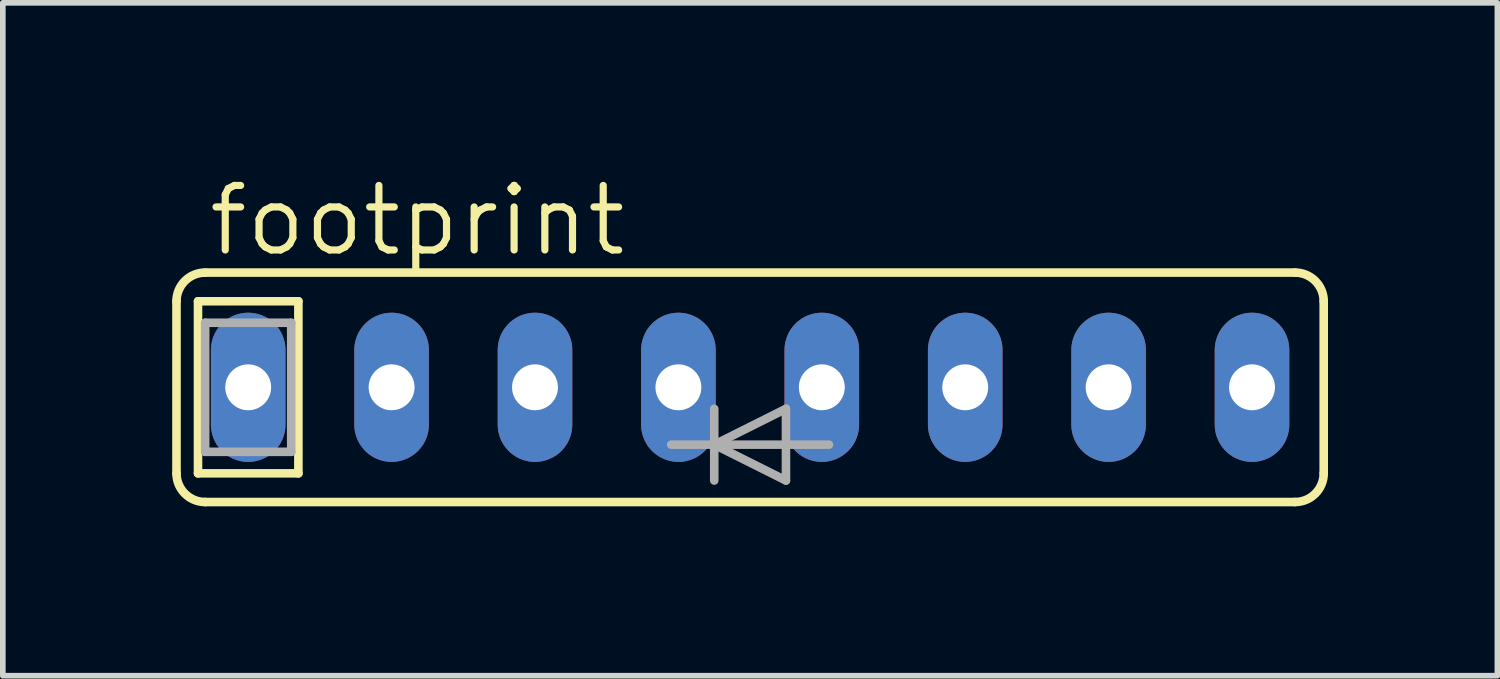
<source format=kicad_pcb>
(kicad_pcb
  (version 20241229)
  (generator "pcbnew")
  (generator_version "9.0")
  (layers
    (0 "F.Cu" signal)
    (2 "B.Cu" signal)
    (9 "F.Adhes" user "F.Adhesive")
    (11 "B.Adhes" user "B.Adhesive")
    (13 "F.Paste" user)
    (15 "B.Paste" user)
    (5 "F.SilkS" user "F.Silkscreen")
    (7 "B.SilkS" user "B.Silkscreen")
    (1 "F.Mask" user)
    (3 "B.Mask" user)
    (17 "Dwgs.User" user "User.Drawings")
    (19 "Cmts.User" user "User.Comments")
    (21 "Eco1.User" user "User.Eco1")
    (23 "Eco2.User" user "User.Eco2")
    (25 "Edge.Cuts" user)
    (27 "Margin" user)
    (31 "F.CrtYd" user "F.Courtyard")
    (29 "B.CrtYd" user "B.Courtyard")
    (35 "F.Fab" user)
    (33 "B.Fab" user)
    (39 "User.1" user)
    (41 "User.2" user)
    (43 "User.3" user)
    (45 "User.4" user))
  (footprint "footprint"
    (layer "F.Cu")
    (at 10.236 3.81)
    (property "Reference" "footprint" (at -9.652 -2.286 0) (layer "F.SilkS") (effects (font (size 1.143 1.143) (thickness 0.127)) (justify left bottom)))
    (fp_line (start -10.16 -1.524) (end -10.16 1.524) (stroke (width 0.152) (type solid)) (layer "F.SilkS"))
    (fp_line (start -9.779 -1.524) (end -8.001 -1.524) (stroke (width 0.152) (type solid)) (layer "F.SilkS"))
    (fp_line (start -9.779 1.524) (end -9.779 -1.524) (stroke (width 0.152) (type solid)) (layer "F.SilkS"))
    (fp_line (start -9.652 2.032) (end 9.652 2.032) (stroke (width 0.152) (type solid)) (layer "F.SilkS"))
    (fp_line (start -8.001 -1.524) (end -8.001 1.524) (stroke (width 0.152) (type solid)) (layer "F.SilkS"))
    (fp_line (start -8.001 1.524) (end -9.779 1.524) (stroke (width 0.152) (type solid)) (layer "F.SilkS"))
    (fp_line (start 9.652 -2.032) (end -9.652 -2.032) (stroke (width 0.152) (type solid)) (layer "F.SilkS"))
    (fp_line (start 10.16 -1.524) (end 10.16 1.524) (stroke (width 0.152) (type solid)) (layer "F.SilkS"))
    (fp_arc (start -10.16 -1.524) (mid -10.01121 -1.88321) (end -9.652 -2.032) (stroke (width 0.1524) (type solid)) (layer "F.SilkS"))
    (fp_arc (start -9.652 2.032) (mid -10.01121 1.88321) (end -10.16 1.524) (stroke (width 0.1524) (type solid)) (layer "F.SilkS"))
    (fp_arc (start 9.652 -2.032) (mid 10.01121 -1.88321) (end 10.16 -1.524) (stroke (width 0.1524) (type solid)) (layer "F.SilkS"))
    (fp_arc (start 10.16 1.524) (mid 10.01121 1.88321) (end 9.652 2.032) (stroke (width 0.1524) (type solid)) (layer "F.SilkS"))
    (fp_line (start -9.652 -1.143) (end -8.128 -1.143) (stroke (width 0.152) (type solid)) (layer "F.Fab"))
    (fp_line (start -9.652 1.143) (end -9.652 -1.143) (stroke (width 0.152) (type solid)) (layer "F.Fab"))
    (fp_line (start -8.128 -1.143) (end -8.128 1.143) (stroke (width 0.152) (type solid)) (layer "F.Fab"))
    (fp_line (start -8.128 1.143) (end -9.652 1.143) (stroke (width 0.152) (type solid)) (layer "F.Fab"))
    (fp_line (start -1.397 1.016) (end -0.635 1.016) (stroke (width 0.152) (type solid)) (layer "F.Fab"))
    (fp_line (start -0.635 1.016) (end -0.635 0.381) (stroke (width 0.152) (type solid)) (layer "F.Fab"))
    (fp_line (start -0.635 1.016) (end 0.635 0.381) (stroke (width 0.152) (type solid)) (layer "F.Fab"))
    (fp_line (start -0.635 1.651) (end -0.635 1.016) (stroke (width 0.152) (type solid)) (layer "F.Fab"))
    (fp_line (start 0.635 0.381) (end 0.635 1.016) (stroke (width 0.152) (type solid)) (layer "F.Fab"))
    (fp_line (start 0.635 1.016) (end -0.635 1.016) (stroke (width 0.152) (type solid)) (layer "F.Fab"))
    (fp_line (start 0.635 1.016) (end 0.635 1.651) (stroke (width 0.152) (type solid)) (layer "F.Fab"))
    (fp_line (start 0.635 1.651) (end -0.635 1.016) (stroke (width 0.152) (type solid)) (layer "F.Fab"))
    (fp_line (start 1.397 1.016) (end 0.635 1.016) (stroke (width 0.152) (type solid)) (layer "F.Fab"))
    (pad "1" thru_hole oval (at -8.89 0 90) (size 2.642 1.321) (drill 0.813) (layers "*.Cu" "*.Mask"))
    (pad "2" thru_hole oval (at -6.35 0 90) (size 2.642 1.321) (drill 0.813) (layers "*.Cu" "*.Mask"))
    (pad "3" thru_hole oval (at -3.81 0 90) (size 2.642 1.321) (drill 0.813) (layers "*.Cu" "*.Mask"))
    (pad "4" thru_hole oval (at -1.27 0 90) (size 2.642 1.321) (drill 0.813) (layers "*.Cu" "*.Mask"))
    (pad "5" thru_hole oval (at 1.27 0 90) (size 2.642 1.321) (drill 0.813) (layers "*.Cu" "*.Mask"))
    (pad "6" thru_hole oval (at 3.81 0 90) (size 2.642 1.321) (drill 0.813) (layers "*.Cu" "*.Mask"))
    (pad "7" thru_hole oval (at 6.35 0 90) (size 2.642 1.321) (drill 0.813) (layers "*.Cu" "*.Mask"))
    (pad "8" thru_hole oval (at 8.89 0 90) (size 2.642 1.321) (drill 0.813) (layers "*.Cu" "*.Mask")))
  (gr_rect
    (start -3 -3)
    (end 23.472 8.918)
    (stroke (width 0.1) (type default))
    (fill no)
    (layer "Edge.Cuts")))
</source>
